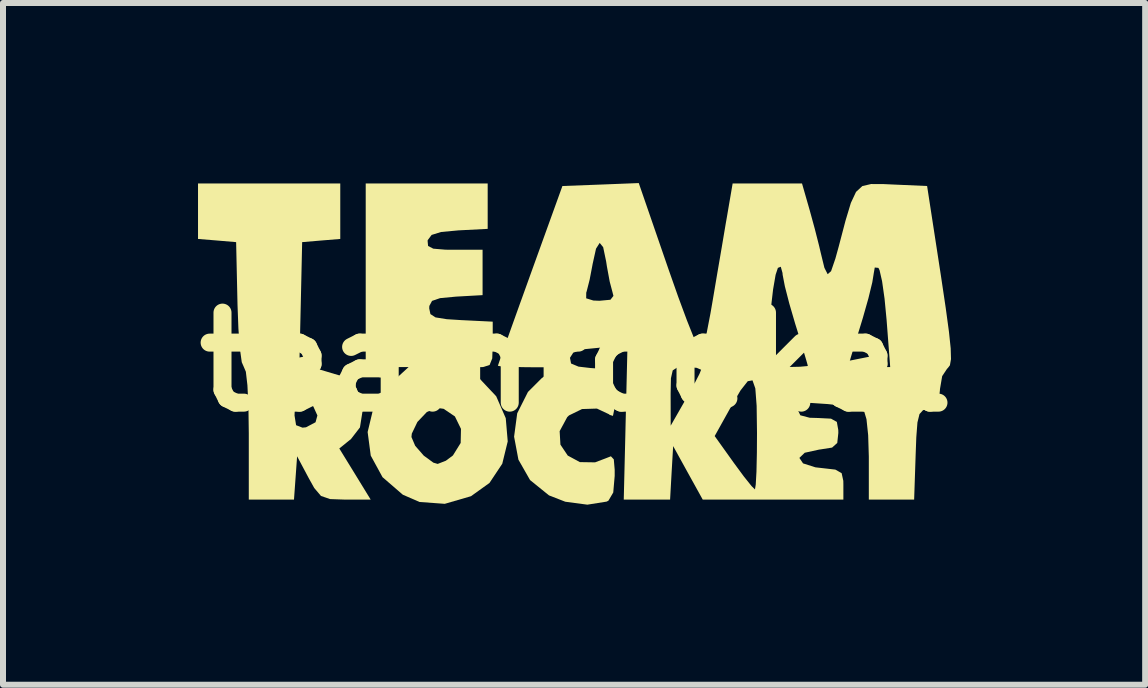
<source format=kicad_pcb>
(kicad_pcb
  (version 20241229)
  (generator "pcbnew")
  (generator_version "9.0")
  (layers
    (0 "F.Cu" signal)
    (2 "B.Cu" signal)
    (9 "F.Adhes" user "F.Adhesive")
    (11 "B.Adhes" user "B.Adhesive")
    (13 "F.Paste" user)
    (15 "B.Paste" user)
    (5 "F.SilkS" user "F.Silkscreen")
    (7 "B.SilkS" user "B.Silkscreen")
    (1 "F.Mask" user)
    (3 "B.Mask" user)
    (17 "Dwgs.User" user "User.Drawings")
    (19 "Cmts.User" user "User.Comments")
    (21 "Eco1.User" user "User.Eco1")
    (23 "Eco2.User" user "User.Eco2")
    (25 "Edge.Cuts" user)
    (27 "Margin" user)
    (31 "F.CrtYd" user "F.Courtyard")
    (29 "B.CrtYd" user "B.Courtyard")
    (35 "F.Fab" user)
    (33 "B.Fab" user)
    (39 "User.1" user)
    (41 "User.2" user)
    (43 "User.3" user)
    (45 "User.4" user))
  (footprint "teamrocket"
    (layer "F.Cu")
    (at 6.514 2.98)
    (property "Reference" "teamrocket" (at 0 0 0) (layer "F.SilkS") (effects (font (size 1.5 1.5) (thickness 0.3))))
    (attr board_only exclude_from_pos_files exclude_from_bom)
    (fp_poly (pts (xy -3.895 -2.511) (xy -3.895 -2.049) (xy -4.212 -2.023) (xy -4.53 -1.996) (xy -4.553 -0.964) (xy -4.577 0.069) (xy -4.236 0.127) (xy -3.858 0.24) (xy -3.625 0.433) (xy -3.527 0.715) (xy -3.522 0.807) (xy -3.567 1.091) (xy -3.716 1.284) (xy -3.911 1.442) (xy -3.649 1.868) (xy -3.388 2.294) (xy -3.809 2.294) (xy -4.065 2.285) (xy -4.216 2.233) (xy -4.329 2.1) (xy -4.422 1.933) (xy -4.614 1.572) (xy -4.64 1.933) (xy -4.666 2.294) (xy -5.043 2.294) (xy -5.419 2.294) (xy -5.419 1.189) (xy -5.423 0.892) (xy -4.657 0.892) (xy -4.631 1.054) (xy -4.524 1.095) (xy -4.466 1.089) (xy -4.307 1.005) (xy -4.276 0.892) (xy -4.345 0.74) (xy -4.466 0.695) (xy -4.607 0.706) (xy -4.654 0.824) (xy -4.657 0.892) (xy -5.423 0.892) (xy -5.425 0.738) (xy -5.442 0.388) (xy -5.468 0.163) (xy -5.501 0.085) (xy -5.536 0.005) (xy -5.567 -0.218) (xy -5.592 -0.555) (xy -5.607 -0.956) (xy -5.63 -1.996) (xy -5.948 -2.023) (xy -6.265 -2.049) (xy -6.265 -2.511) (xy -6.265 -2.973) (xy -5.08 -2.973) (xy -3.895 -2.973)) (stroke (width 0) (type solid)) (fill yes) (layer "F.SilkS"))
    (fp_poly (pts (xy -1.439 -2.595) (xy -1.439 -2.217) (xy -1.925 -2.192) (xy -2.215 -2.165) (xy -2.373 -2.116) (xy -2.437 -2.031) (xy -2.44 -2.018) (xy -2.432 -1.932) (xy -2.345 -1.887) (xy -2.142 -1.87) (xy -1.996 -1.869) (xy -1.524 -1.869) (xy -1.524 -1.491) (xy -1.524 -1.113) (xy -1.968 -1.088) (xy -2.232 -1.063) (xy -2.366 -1.017) (xy -2.411 -0.933) (xy -2.413 -0.892) (xy -2.393 -0.797) (xy -2.308 -0.742) (xy -2.12 -0.712) (xy -1.884 -0.697) (xy -1.355 -0.671) (xy -1.355 -0.293) (xy -1.363 -0.059) (xy -1.407 0.051) (xy -1.515 0.085) (xy -1.587 0.088) (xy -1.82 0.09) (xy -1.585 0.266) (xy -1.297 0.572) (xy -1.138 0.937) (xy -1.105 1.324) (xy -1.196 1.696) (xy -1.409 2.016) (xy -1.717 2.237) (xy -2.154 2.364) (xy -2.575 2.333) (xy -2.853 2.212) (xy -3.191 1.92) (xy -3.387 1.561) (xy -3.428 1.251) (xy -2.709 1.251) (xy -2.647 1.397) (xy -2.504 1.561) (xy -2.344 1.678) (xy -2.272 1.699) (xy -2.136 1.646) (xy -2.018 1.558) (xy -1.889 1.35) (xy -1.884 1.115) (xy -1.985 0.908) (xy -2.173 0.781) (xy -2.287 0.765) (xy -2.452 0.834) (xy -2.61 1) (xy -2.703 1.194) (xy -2.709 1.251) (xy -3.428 1.251) (xy -3.439 1.168) (xy -3.344 0.772) (xy -3.099 0.405) (xy -3.017 0.324) (xy -2.756 0.085) (xy -3.114 0.085) (xy -3.471 0.085) (xy -3.471 -1.444) (xy -3.471 -2.973) (xy -2.455 -2.973) (xy -1.439 -2.973)) (stroke (width 0) (type solid)) (fill yes) (layer "F.SilkS"))
    (fp_poly (pts (xy 1.576 -1.537) (xy 1.737 -1.08) (xy 1.882 -0.689) (xy 2.002 -0.388) (xy 2.085 -0.202) (xy 2.124 -0.153) (xy 2.158 -0.258) (xy 2.211 -0.49) (xy 2.273 -0.811) (xy 2.309 -1.019) (xy 2.383 -1.457) (xy 2.461 -1.912) (xy 2.527 -2.304) (xy 2.544 -2.4) (xy 2.642 -2.973) (xy 3.22 -2.973) (xy 3.798 -2.973) (xy 3.926 -2.527) (xy 4.01 -2.22) (xy 4.082 -1.937) (xy 4.108 -1.826) (xy 4.171 -1.568) (xy 4.225 -1.462) (xy 4.282 -1.512) (xy 4.354 -1.722) (xy 4.409 -1.921) (xy 4.523 -2.355) (xy 4.612 -2.65) (xy 4.698 -2.833) (xy 4.803 -2.93) (xy 4.949 -2.964) (xy 5.159 -2.963) (xy 5.311 -2.956) (xy 5.882 -2.931) (xy 6.111 -1.444) (xy 6.192 -0.901) (xy 6.246 -0.503) (xy 6.275 -0.226) (xy 6.28 -0.047) (xy 6.262 0.056) (xy 6.224 0.106) (xy 6.217 0.11) (xy 6.133 0.237) (xy 6.096 0.454) (xy 6.096 0.466) (xy 6.074 0.67) (xy 5.985 0.761) (xy 5.905 0.78) (xy 5.814 0.804) (xy 5.755 0.869) (xy 5.721 1.008) (xy 5.702 1.255) (xy 5.691 1.55) (xy 5.666 2.294) (xy 5.288 2.294) (xy 4.911 2.294) (xy 4.911 1.577) (xy 4.9 1.22) (xy 4.872 0.954) (xy 4.83 0.813) (xy 4.82 0.803) (xy 4.692 0.766) (xy 4.452 0.727) (xy 4.228 0.702) (xy 3.944 0.683) (xy 3.791 0.695) (xy 3.732 0.747) (xy 3.725 0.795) (xy 3.77 0.889) (xy 3.926 0.93) (xy 4.064 0.934) (xy 4.281 0.945) (xy 4.378 0.999) (xy 4.402 1.134) (xy 4.403 1.184) (xy 4.385 1.35) (xy 4.299 1.427) (xy 4.096 1.459) (xy 4.085 1.46) (xy 3.843 1.513) (xy 3.754 1.599) (xy 3.815 1.69) (xy 4.022 1.756) (xy 4.128 1.768) (xy 4.354 1.794) (xy 4.458 1.853) (xy 4.486 1.981) (xy 4.487 2.044) (xy 4.487 2.294) (xy 3.315 2.294) (xy 2.144 2.294) (xy 1.897 1.848) (xy 1.651 1.402) (xy 1.625 1.848) (xy 1.6 2.294) (xy 1.214 2.294) (xy 0.828 2.294) (xy 0.854 1.235) (xy 2.343 1.235) (xy 2.661 1.68) (xy 2.829 1.908) (xy 2.957 2.068) (xy 3.014 2.124) (xy 3.027 2.044) (xy 3.039 1.83) (xy 3.046 1.513) (xy 3.048 1.182) (xy 3.042 0.731) (xy 3.02 0.441) (xy 2.973 0.307) (xy 2.894 0.321) (xy 2.774 0.474) (xy 2.606 0.761) (xy 2.602 0.77) (xy 2.343 1.235) (xy 0.854 1.235) (xy 0.859 1.016) (xy 0.871 0.527) (xy 1.609 0.527) (xy 1.609 0.573) (xy 1.61 1.062) (xy 1.863 0.619) (xy 1.998 0.377) (xy 2.09 0.198) (xy 2.117 0.13) (xy 2.043 0.098) (xy 1.865 0.085) (xy 1.863 0.085) (xy 3.205 0.085) (xy 3.55 0.085) (xy 3.764 0.08) (xy 3.885 0.069) (xy 3.895 0.064) (xy 4.572 0.064) (xy 4.647 0.077) (xy 4.836 0.084) (xy 4.92 0.085) (xy 5.267 0.085) (xy 5.207 -0.701) (xy 5.173 -1.054) (xy 5.132 -1.344) (xy 5.09 -1.528) (xy 5.071 -1.567) (xy 5.01 -1.573) (xy 4.994 -1.482) (xy 4.969 -1.327) (xy 4.904 -1.06) (xy 4.811 -0.732) (xy 4.782 -0.637) (xy 4.686 -0.325) (xy 4.613 -0.083) (xy 4.575 0.05) (xy 4.572 0.064) (xy 3.895 0.064) (xy 3.871 -0.021) (xy 3.809 -0.229) (xy 3.72 -0.522) (xy 3.684 -0.637) (xy 3.586 -0.973) (xy 3.512 -1.261) (xy 3.475 -1.453) (xy 3.473 -1.482) (xy 3.444 -1.586) (xy 3.396 -1.567) (xy 3.358 -1.452) (xy 3.316 -1.209) (xy 3.278 -0.881) (xy 3.263 -0.701) (xy 3.205 0.085) (xy 1.863 0.085) (xy 1.72 0.092) (xy 1.644 0.141) (xy 1.614 0.272) (xy 1.609 0.527) (xy 0.871 0.527) (xy 0.89 -0.262) (xy 0.425 -0.237) (xy 0.138 -0.209) (xy -0.014 -0.154) (xy -0.068 -0.069) (xy -0.05 0.026) (xy 0.074 0.078) (xy 0.27 0.101) (xy 0.635 0.127) (xy 0.661 0.552) (xy 0.669 0.797) (xy 0.648 0.899) (xy 0.593 0.882) (xy 0.581 0.871) (xy 0.381 0.777) (xy 0.133 0.785) (xy -0.084 0.891) (xy -0.114 0.92) (xy -0.24 1.153) (xy -0.227 1.378) (xy -0.105 1.56) (xy 0.097 1.669) (xy 0.35 1.673) (xy 0.514 1.611) (xy 0.614 1.572) (xy 0.662 1.623) (xy 0.677 1.796) (xy 0.677 1.899) (xy 0.653 2.175) (xy 0.573 2.311) (xy 0.543 2.327) (xy 0.222 2.378) (xy -0.146 2.329) (xy -0.418 2.223) (xy -0.733 1.968) (xy -0.927 1.628) (xy -0.999 1.245) (xy -0.947 0.856) (xy -0.768 0.5) (xy -0.54 0.272) (xy -0.296 0.09) (xy -0.783 0.088) (xy -1.045 0.083) (xy -1.221 0.073) (xy -1.269 0.064) (xy -1.241 -0.019) (xy -1.164 -0.236) (xy -1.048 -0.562) (xy -0.901 -0.972) (xy -0.869 -1.06) (xy 0.202 -1.06) (xy 0.322 -1.023) (xy 0.423 -1.019) (xy 0.606 -1.036) (xy 0.656 -1.1) (xy 0.64 -1.164) (xy 0.594 -1.338) (xy 0.547 -1.593) (xy 0.535 -1.672) (xy 0.485 -1.912) (xy 0.427 -1.983) (xy 0.366 -1.887) (xy 0.308 -1.625) (xy 0.308 -1.623) (xy 0.26 -1.372) (xy 0.211 -1.179) (xy 0.203 -1.154) (xy 0.202 -1.06) (xy -0.869 -1.06) (xy -0.732 -1.441) (xy -0.731 -1.444) (xy -0.194 -2.931) (xy 0.442 -2.955) (xy 1.078 -2.98)) (stroke (width 0) (type solid)) (fill yes) (layer "F.SilkS")))
  (gr_rect
    (start -3 -3)
    (end 16.029 8.358)
    (stroke (width 0.1) (type default))
    (fill no)
    (layer "Edge.Cuts")))
</source>
